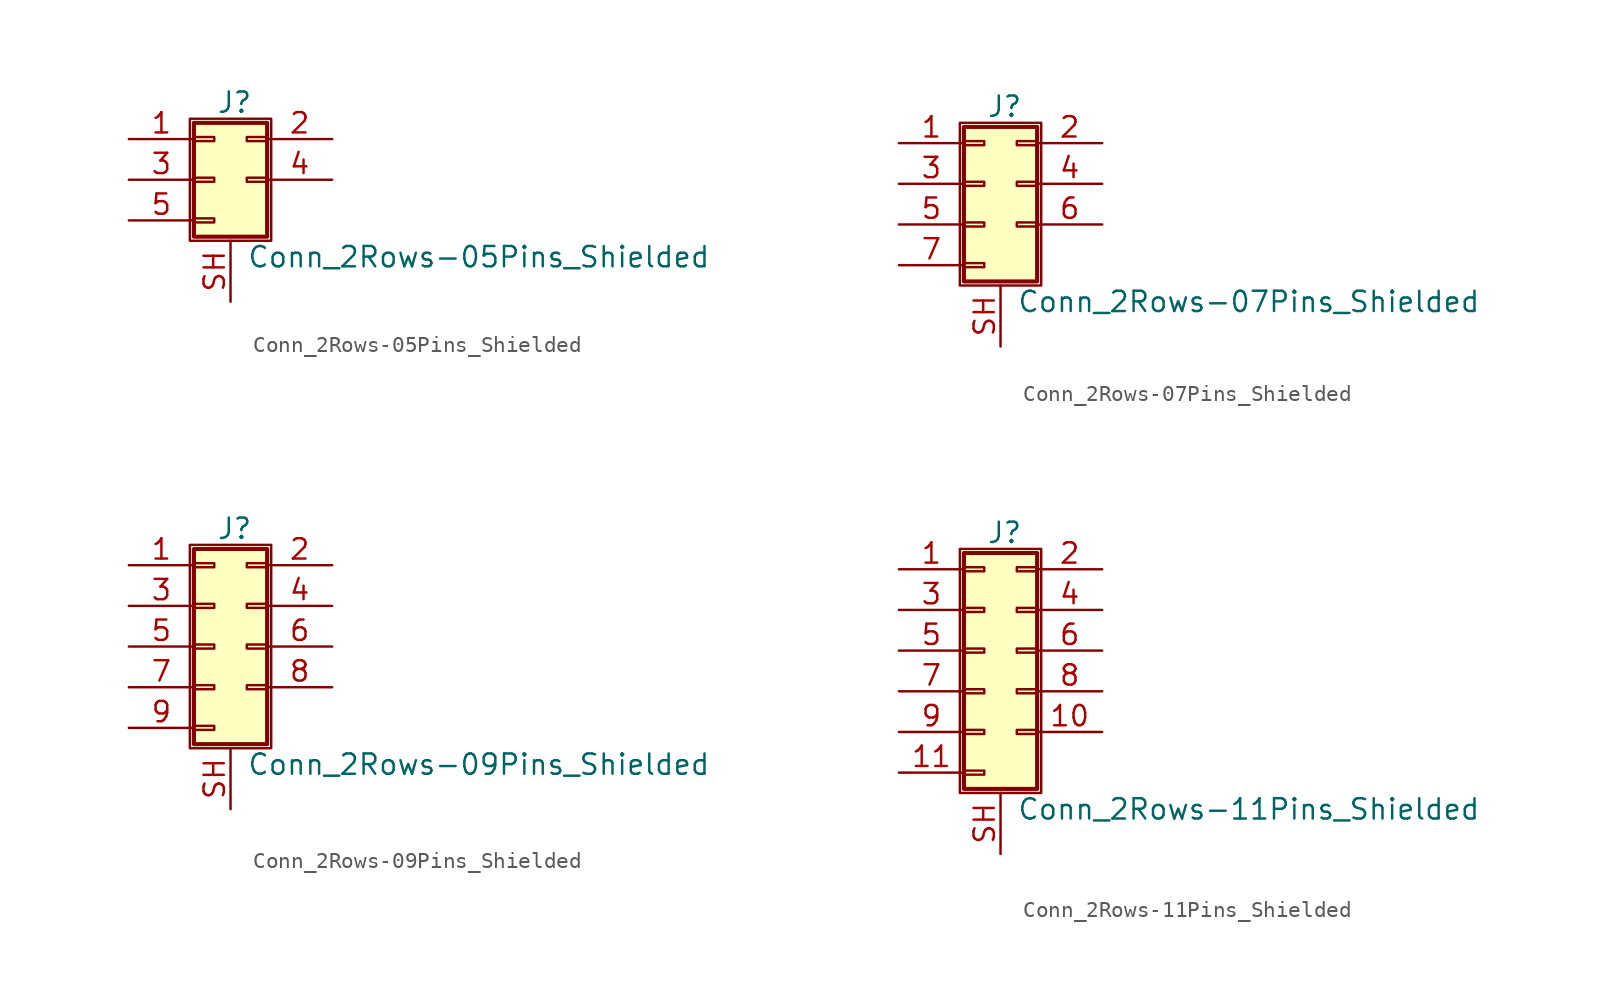
<source format=kicad_sym>
(kicad_symbol_lib
  (version 20200908)
  (generator kicad_symbol_editor)
  (symbol "Connector_Generic_Shielded:Conn_2Rows-05Pins_Shielded"
    (pin_names
      (offset 1.016) hide)
    (property "Reference" "J"
      (at 1.524 4.826 0)
      (effects (font (size 1.27 1.27))))
    (property "Value" "Conn_2Rows-05Pins_Shielded"
      (at 2.286 -4.826 0)
      (effects (font (size 1.27 1.27)) (justify left)))
    (symbol "Conn_2Rows-05Pins_Shielded_1_1"
      (rectangle (start -1.016 -2.413) (end 0.254 -2.667) (stroke (width 0.152)) (fill (type none)))
      (rectangle (start -1.016 2.667) (end 0.254 2.413) (stroke (width 0.152)) (fill (type none)))
      (rectangle (start -1.016 3.556) (end 3.556 -3.556) (stroke (width 0.254)) (fill (type background)))
      (rectangle (start -1.016 0.127) (end 0.254 -0.127) (stroke (width 0.152)) (fill (type none)))
      (rectangle (start -1.27 3.81) (end 3.81 -3.81) (stroke (width 0.152)) (fill (type none)))
      (rectangle (start 3.556 2.667) (end 2.286 2.413) (stroke (width 0.152)) (fill (type none)))
      (rectangle (start 3.556 0.127) (end 2.286 -0.127) (stroke (width 0.152)) (fill (type none)))
      (pin passive line (at -5.08 2.54 0) (length 4.064) (name "Pin_1" (effects (font (size 1.27 1.27)))) (number "1" (effects (font (size 1.27 1.27)))))
      (pin passive line (at 7.62 2.54 180) (length 4.064) (name "Pin_2" (effects (font (size 1.27 1.27)))) (number "2" (effects (font (size 1.27 1.27)))))
      (pin passive line (at -5.08 0 0) (length 4.064) (name "Pin_3" (effects (font (size 1.27 1.27)))) (number "3" (effects (font (size 1.27 1.27)))))
      (pin passive line (at 7.62 0 180) (length 4.064) (name "Pin_4" (effects (font (size 1.27 1.27)))) (number "4" (effects (font (size 1.27 1.27)))))
      (pin passive line (at -5.08 -2.54 0) (length 4.064) (name "Pin_5" (effects (font (size 1.27 1.27)))) (number "5" (effects (font (size 1.27 1.27)))))
      (pin passive line (at 1.27 -7.62 90) (length 3.81) (name "Shield" (effects (font (size 1.27 1.27)))) (number "SH" (effects (font (size 1.27 1.27)))))))
  (symbol "Connector_Generic_Shielded:Conn_2Rows-07Pins_Shielded"
    (pin_names
      (offset 1.016) hide)
    (property "Reference" "J"
      (at 1.524 4.826 0)
      (effects (font (size 1.27 1.27))))
    (property "Value" "Conn_2Rows-07Pins_Shielded"
      (at 2.286 -7.366 0)
      (effects (font (size 1.27 1.27)) (justify left)))
    (symbol "Conn_2Rows-07Pins_Shielded_1_1"
      (rectangle (start -1.016 -4.953) (end 0.254 -5.207) (stroke (width 0.152)) (fill (type none)))
      (rectangle (start -1.016 -2.413) (end 0.254 -2.667) (stroke (width 0.152)) (fill (type none)))
      (rectangle (start -1.016 2.667) (end 0.254 2.413) (stroke (width 0.152)) (fill (type none)))
      (rectangle (start -1.016 3.556) (end 3.556 -6.096) (stroke (width 0.254)) (fill (type background)))
      (rectangle (start -1.016 0.127) (end 0.254 -0.127) (stroke (width 0.152)) (fill (type none)))
      (rectangle (start -1.27 3.81) (end 3.81 -6.35) (stroke (width 0.152)) (fill (type none)))
      (rectangle (start 3.556 -2.413) (end 2.286 -2.667) (stroke (width 0.152)) (fill (type none)))
      (rectangle (start 3.556 2.667) (end 2.286 2.413) (stroke (width 0.152)) (fill (type none)))
      (rectangle (start 3.556 0.127) (end 2.286 -0.127) (stroke (width 0.152)) (fill (type none)))
      (pin passive line (at -5.08 2.54 0) (length 4.064) (name "Pin_1" (effects (font (size 1.27 1.27)))) (number "1" (effects (font (size 1.27 1.27)))))
      (pin passive line (at 7.62 2.54 180) (length 4.064) (name "Pin_2" (effects (font (size 1.27 1.27)))) (number "2" (effects (font (size 1.27 1.27)))))
      (pin passive line (at -5.08 0 0) (length 4.064) (name "Pin_3" (effects (font (size 1.27 1.27)))) (number "3" (effects (font (size 1.27 1.27)))))
      (pin passive line (at 7.62 0 180) (length 4.064) (name "Pin_4" (effects (font (size 1.27 1.27)))) (number "4" (effects (font (size 1.27 1.27)))))
      (pin passive line (at -5.08 -2.54 0) (length 4.064) (name "Pin_5" (effects (font (size 1.27 1.27)))) (number "5" (effects (font (size 1.27 1.27)))))
      (pin passive line (at 7.62 -2.54 180) (length 4.064) (name "Pin_6" (effects (font (size 1.27 1.27)))) (number "6" (effects (font (size 1.27 1.27)))))
      (pin passive line (at -5.08 -5.08 0) (length 4.064) (name "Pin_7" (effects (font (size 1.27 1.27)))) (number "7" (effects (font (size 1.27 1.27)))))
      (pin passive line (at 1.27 -10.16 90) (length 3.81) (name "Shield" (effects (font (size 1.27 1.27)))) (number "SH" (effects (font (size 1.27 1.27)))))))
  (symbol "Connector_Generic_Shielded:Conn_2Rows-09Pins_Shielded"
    (pin_names
      (offset 1.016) hide)
    (property "Reference" "J"
      (at 1.524 7.366 0)
      (effects (font (size 1.27 1.27))))
    (property "Value" "Conn_2Rows-09Pins_Shielded"
      (at 2.286 -7.366 0)
      (effects (font (size 1.27 1.27)) (justify left)))
    (symbol "Conn_2Rows-09Pins_Shielded_1_1"
      (rectangle (start -1.016 -4.953) (end 0.254 -5.207) (stroke (width 0.152)) (fill (type none)))
      (rectangle (start -1.016 -2.413) (end 0.254 -2.667) (stroke (width 0.152)) (fill (type none)))
      (rectangle (start -1.016 2.667) (end 0.254 2.413) (stroke (width 0.152)) (fill (type none)))
      (rectangle (start -1.016 5.207) (end 0.254 4.953) (stroke (width 0.152)) (fill (type none)))
      (rectangle (start -1.016 6.096) (end 3.556 -6.096) (stroke (width 0.254)) (fill (type background)))
      (rectangle (start -1.016 0.127) (end 0.254 -0.127) (stroke (width 0.152)) (fill (type none)))
      (rectangle (start -1.27 6.35) (end 3.81 -6.35) (stroke (width 0.152)) (fill (type none)))
      (rectangle (start 3.556 -2.413) (end 2.286 -2.667) (stroke (width 0.152)) (fill (type none)))
      (rectangle (start 3.556 2.667) (end 2.286 2.413) (stroke (width 0.152)) (fill (type none)))
      (rectangle (start 3.556 5.207) (end 2.286 4.953) (stroke (width 0.152)) (fill (type none)))
      (rectangle (start 3.556 0.127) (end 2.286 -0.127) (stroke (width 0.152)) (fill (type none)))
      (pin passive line (at -5.08 5.08 0) (length 4.064) (name "Pin_1" (effects (font (size 1.27 1.27)))) (number "1" (effects (font (size 1.27 1.27)))))
      (pin passive line (at 7.62 5.08 180) (length 4.064) (name "Pin_2" (effects (font (size 1.27 1.27)))) (number "2" (effects (font (size 1.27 1.27)))))
      (pin passive line (at -5.08 2.54 0) (length 4.064) (name "Pin_3" (effects (font (size 1.27 1.27)))) (number "3" (effects (font (size 1.27 1.27)))))
      (pin passive line (at 7.62 2.54 180) (length 4.064) (name "Pin_4" (effects (font (size 1.27 1.27)))) (number "4" (effects (font (size 1.27 1.27)))))
      (pin passive line (at -5.08 0 0) (length 4.064) (name "Pin_5" (effects (font (size 1.27 1.27)))) (number "5" (effects (font (size 1.27 1.27)))))
      (pin passive line (at 7.62 0 180) (length 4.064) (name "Pin_6" (effects (font (size 1.27 1.27)))) (number "6" (effects (font (size 1.27 1.27)))))
      (pin passive line (at -5.08 -2.54 0) (length 4.064) (name "Pin_7" (effects (font (size 1.27 1.27)))) (number "7" (effects (font (size 1.27 1.27)))))
      (pin passive line (at 7.62 -2.54 180) (length 4.064) (name "Pin_8" (effects (font (size 1.27 1.27)))) (number "8" (effects (font (size 1.27 1.27)))))
      (pin passive line (at -5.08 -5.08 0) (length 4.064) (name "Pin_9" (effects (font (size 1.27 1.27)))) (number "9" (effects (font (size 1.27 1.27)))))
      (pin passive line (at 1.27 -10.16 90) (length 3.81) (name "Shield" (effects (font (size 1.27 1.27)))) (number "SH" (effects (font (size 1.27 1.27)))))))
  (symbol "Connector_Generic_Shielded:Conn_2Rows-11Pins_Shielded"
    (pin_names
      (offset 1.016) hide)
    (property "Reference" "J"
      (at 1.524 7.366 0)
      (effects (font (size 1.27 1.27))))
    (property "Value" "Conn_2Rows-11Pins_Shielded"
      (at 2.286 -9.906 0)
      (effects (font (size 1.27 1.27)) (justify left)))
    (symbol "Conn_2Rows-11Pins_Shielded_1_1"
      (rectangle (start -1.016 -4.953) (end 0.254 -5.207) (stroke (width 0.152)) (fill (type none)))
      (rectangle (start -1.016 -7.493) (end 0.254 -7.747) (stroke (width 0.152)) (fill (type none)))
      (rectangle (start -1.016 -2.413) (end 0.254 -2.667) (stroke (width 0.152)) (fill (type none)))
      (rectangle (start -1.016 2.667) (end 0.254 2.413) (stroke (width 0.152)) (fill (type none)))
      (rectangle (start -1.016 5.207) (end 0.254 4.953) (stroke (width 0.152)) (fill (type none)))
      (rectangle (start -1.016 6.096) (end 3.556 -8.636) (stroke (width 0.254)) (fill (type background)))
      (rectangle (start -1.016 0.127) (end 0.254 -0.127) (stroke (width 0.152)) (fill (type none)))
      (rectangle (start -1.27 6.35) (end 3.81 -8.89) (stroke (width 0.152)) (fill (type none)))
      (rectangle (start 3.556 -4.953) (end 2.286 -5.207) (stroke (width 0.152)) (fill (type none)))
      (rectangle (start 3.556 -2.413) (end 2.286 -2.667) (stroke (width 0.152)) (fill (type none)))
      (rectangle (start 3.556 2.667) (end 2.286 2.413) (stroke (width 0.152)) (fill (type none)))
      (rectangle (start 3.556 5.207) (end 2.286 4.953) (stroke (width 0.152)) (fill (type none)))
      (rectangle (start 3.556 0.127) (end 2.286 -0.127) (stroke (width 0.152)) (fill (type none)))
      (pin passive line (at -5.08 5.08 0) (length 4.064) (name "Pin_1" (effects (font (size 1.27 1.27)))) (number "1" (effects (font (size 1.27 1.27)))))
      (pin passive line (at 7.62 -5.08 180) (length 4.064) (name "Pin_10" (effects (font (size 1.27 1.27)))) (number "10" (effects (font (size 1.27 1.27)))))
      (pin passive line (at -5.08 -7.62 0) (length 4.064) (name "Pin_11" (effects (font (size 1.27 1.27)))) (number "11" (effects (font (size 1.27 1.27)))))
      (pin passive line (at 7.62 5.08 180) (length 4.064) (name "Pin_2" (effects (font (size 1.27 1.27)))) (number "2" (effects (font (size 1.27 1.27)))))
      (pin passive line (at -5.08 2.54 0) (length 4.064) (name "Pin_3" (effects (font (size 1.27 1.27)))) (number "3" (effects (font (size 1.27 1.27)))))
      (pin passive line (at 7.62 2.54 180) (length 4.064) (name "Pin_4" (effects (font (size 1.27 1.27)))) (number "4" (effects (font (size 1.27 1.27)))))
      (pin passive line (at -5.08 0 0) (length 4.064) (name "Pin_5" (effects (font (size 1.27 1.27)))) (number "5" (effects (font (size 1.27 1.27)))))
      (pin passive line (at 7.62 0 180) (length 4.064) (name "Pin_6" (effects (font (size 1.27 1.27)))) (number "6" (effects (font (size 1.27 1.27)))))
      (pin passive line (at -5.08 -2.54 0) (length 4.064) (name "Pin_7" (effects (font (size 1.27 1.27)))) (number "7" (effects (font (size 1.27 1.27)))))
      (pin passive line (at 7.62 -2.54 180) (length 4.064) (name "Pin_8" (effects (font (size 1.27 1.27)))) (number "8" (effects (font (size 1.27 1.27)))))
      (pin passive line (at -5.08 -5.08 0) (length 4.064) (name "Pin_9" (effects (font (size 1.27 1.27)))) (number "9" (effects (font (size 1.27 1.27)))))
      (pin passive line (at 1.27 -12.7 90) (length 3.81) (name "Shield" (effects (font (size 1.27 1.27)))) (number "SH" (effects (font (size 1.27 1.27))))))))
</source>
